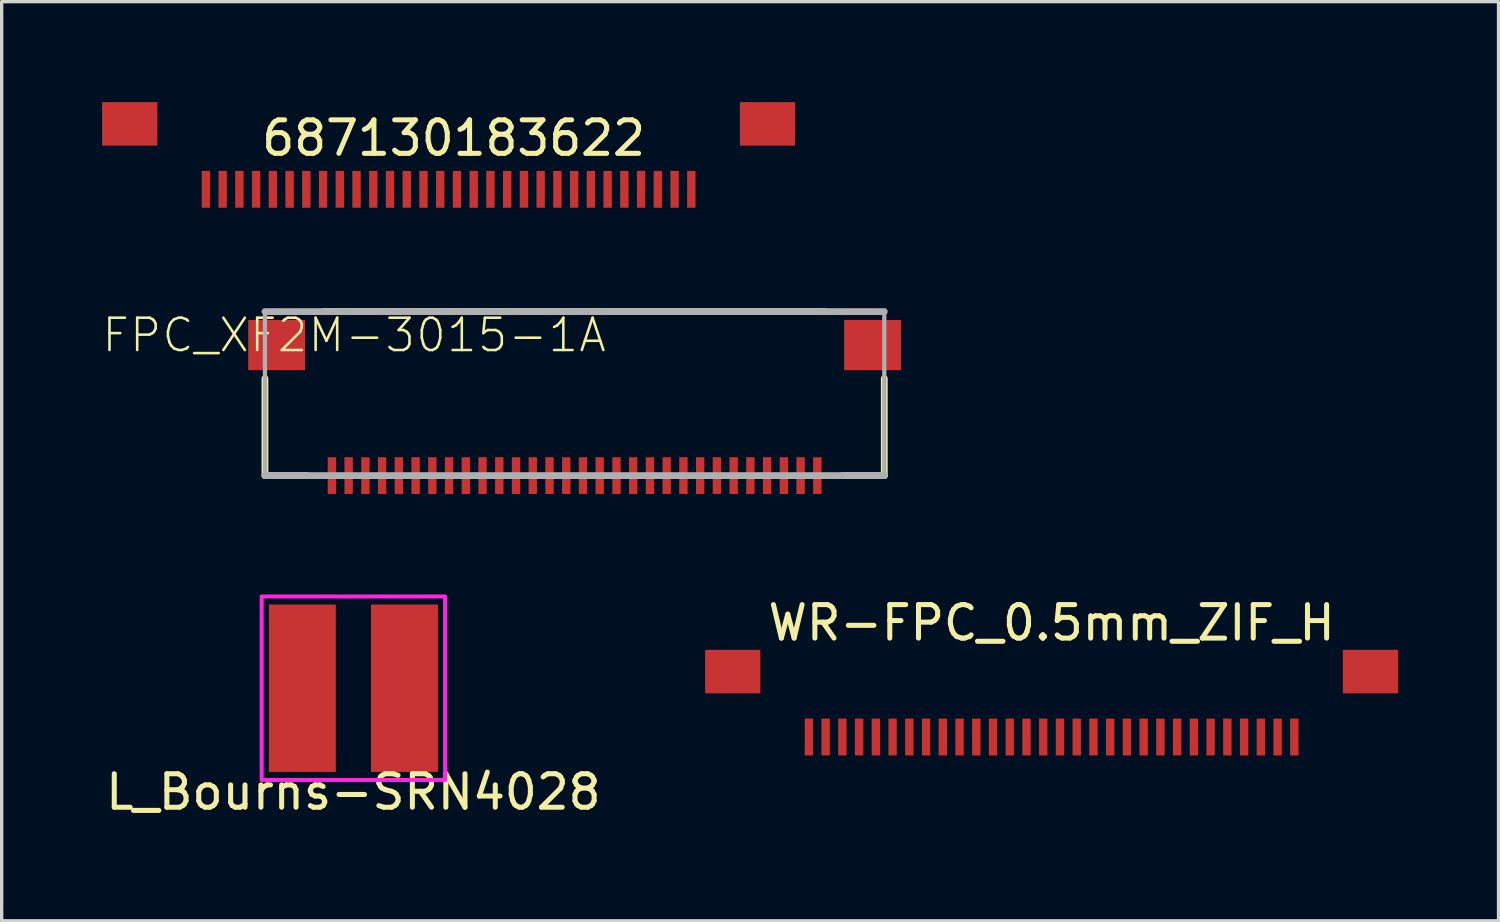
<source format=kicad_pcb>
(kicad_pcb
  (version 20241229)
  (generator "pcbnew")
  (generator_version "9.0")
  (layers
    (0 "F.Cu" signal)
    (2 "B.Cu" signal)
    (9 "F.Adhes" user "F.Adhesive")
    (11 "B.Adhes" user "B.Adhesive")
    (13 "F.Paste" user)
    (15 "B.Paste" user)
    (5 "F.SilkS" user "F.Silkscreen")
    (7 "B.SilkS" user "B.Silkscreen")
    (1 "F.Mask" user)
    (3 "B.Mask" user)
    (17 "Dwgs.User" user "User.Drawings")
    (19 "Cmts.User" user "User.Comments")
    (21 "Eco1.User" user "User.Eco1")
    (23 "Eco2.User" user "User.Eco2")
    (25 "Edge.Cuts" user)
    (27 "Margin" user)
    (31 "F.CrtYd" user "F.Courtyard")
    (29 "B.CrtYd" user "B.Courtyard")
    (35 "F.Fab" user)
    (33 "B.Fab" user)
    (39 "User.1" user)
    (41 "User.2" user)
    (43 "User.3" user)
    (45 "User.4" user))
  (footprint "WR-FPC_0.5mm_ZIF_H"
    (layer "F.Cu")
    (at 28.362 18.035)
    (property "Reference" "WR-FPC_0.5mm_ZIF_H" (at 0 -2.48 0) (layer "F.SilkS") (effects (font (size 1 1) (thickness 0.15))))
    (attr through_hole)
    (pad "" smd rect (at -9.525 -1.025 180) (size 1.65 1.3) (layers "F.Cu" "F.Mask" "F.Paste"))
    (pad "" smd rect (at 9.525 -1.025 180) (size 1.65 1.3) (layers "F.Cu" "F.Mask" "F.Paste"))
    (pad "1" smd rect (at -7.25 0.93 180) (size 0.25 1.1) (layers "F.Cu" "F.Mask" "F.Paste"))
    (pad "2" smd rect (at -6.75 0.93 180) (size 0.25 1.1) (layers "F.Cu" "F.Mask" "F.Paste"))
    (pad "3" smd rect (at -6.25 0.93 180) (size 0.25 1.1) (layers "F.Cu" "F.Mask" "F.Paste"))
    (pad "4" smd rect (at -5.75 0.93 180) (size 0.25 1.1) (layers "F.Cu" "F.Mask" "F.Paste"))
    (pad "5" smd rect (at -5.25 0.93 180) (size 0.25 1.1) (layers "F.Cu" "F.Mask" "F.Paste"))
    (pad "6" smd rect (at -4.75 0.93 180) (size 0.25 1.1) (layers "F.Cu" "F.Mask" "F.Paste"))
    (pad "7" smd rect (at -4.25 0.93 180) (size 0.25 1.1) (layers "F.Cu" "F.Mask" "F.Paste"))
    (pad "8" smd rect (at -3.75 0.93 180) (size 0.25 1.1) (layers "F.Cu" "F.Mask" "F.Paste"))
    (pad "9" smd rect (at -3.25 0.93 180) (size 0.25 1.1) (layers "F.Cu" "F.Mask" "F.Paste"))
    (pad "10" smd rect (at -2.75 0.93 180) (size 0.25 1.1) (layers "F.Cu" "F.Mask" "F.Paste"))
    (pad "11" smd rect (at -2.25 0.93 180) (size 0.25 1.1) (layers "F.Cu" "F.Mask" "F.Paste"))
    (pad "12" smd rect (at -1.75 0.93 180) (size 0.25 1.1) (layers "F.Cu" "F.Mask" "F.Paste"))
    (pad "13" smd rect (at -1.25 0.93 180) (size 0.25 1.1) (layers "F.Cu" "F.Mask" "F.Paste"))
    (pad "14" smd rect (at -0.75 0.93 180) (size 0.25 1.1) (layers "F.Cu" "F.Mask" "F.Paste"))
    (pad "15" smd rect (at -0.25 0.93 180) (size 0.25 1.1) (layers "F.Cu" "F.Mask" "F.Paste"))
    (pad "16" smd rect (at 0.25 0.93 180) (size 0.25 1.1) (layers "F.Cu" "F.Mask" "F.Paste"))
    (pad "17" smd rect (at 0.75 0.93 180) (size 0.25 1.1) (layers "F.Cu" "F.Mask" "F.Paste"))
    (pad "18" smd rect (at 1.25 0.93 180) (size 0.25 1.1) (layers "F.Cu" "F.Mask" "F.Paste"))
    (pad "19" smd rect (at 1.75 0.93 180) (size 0.25 1.1) (layers "F.Cu" "F.Mask" "F.Paste"))
    (pad "20" smd rect (at 2.25 0.93 180) (size 0.25 1.1) (layers "F.Cu" "F.Mask" "F.Paste"))
    (pad "21" smd rect (at 2.75 0.93 180) (size 0.25 1.1) (layers "F.Cu" "F.Mask" "F.Paste"))
    (pad "22" smd rect (at 3.25 0.93 180) (size 0.25 1.1) (layers "F.Cu" "F.Mask" "F.Paste"))
    (pad "23" smd rect (at 3.75 0.93 180) (size 0.25 1.1) (layers "F.Cu" "F.Mask" "F.Paste"))
    (pad "24" smd rect (at 4.25 0.93 180) (size 0.25 1.1) (layers "F.Cu" "F.Mask" "F.Paste"))
    (pad "25" smd rect (at 4.75 0.93 180) (size 0.25 1.1) (layers "F.Cu" "F.Mask" "F.Paste"))
    (pad "26" smd rect (at 5.25 0.93 180) (size 0.25 1.1) (layers "F.Cu" "F.Mask" "F.Paste"))
    (pad "27" smd rect (at 5.75 0.93 180) (size 0.25 1.1) (layers "F.Cu" "F.Mask" "F.Paste"))
    (pad "28" smd rect (at 6.25 0.93 180) (size 0.25 1.1) (layers "F.Cu" "F.Mask" "F.Paste"))
    (pad "29" smd rect (at 6.75 0.93 180) (size 0.25 1.1) (layers "F.Cu" "F.Mask" "F.Paste"))
    (pad "30" smd rect (at 7.25 0.93 180) (size 0.25 1.1) (layers "F.Cu" "F.Mask" "F.Paste")))
  (footprint "FPC_XF2M-3015-1A"
    (layer "F.Cu")
    (at 14.114 8.527)
    (property "Reference" "FPC_XF2M-3015-1A" (at 1 -1 0) (layer "F.SilkS") (effects (font (size 0.965 0.965) (thickness 0.077)) (justify right bottom)))
    (attr smd)
    (fp_line (start -9.25 -0.27) (end -9.25 2.63) (stroke (width 0.203) (type solid)) (layer "F.SilkS"))
    (fp_line (start -8 2.63) (end -9.25 2.63) (stroke (width 0.203) (type solid)) (layer "F.SilkS"))
    (fp_line (start 7.5 -2.27) (end -7.5 -2.27) (stroke (width 0.203) (type solid)) (layer "F.SilkS"))
    (fp_line (start 8 2.63) (end 9.25 2.63) (stroke (width 0.203) (type solid)) (layer "F.SilkS"))
    (fp_line (start 9.25 -0.27) (end 9.25 2.63) (stroke (width 0.203) (type solid)) (layer "F.SilkS"))
    (fp_line (start -9.25 -2.27) (end -9.25 2.63) (stroke (width 0.127) (type solid)) (layer "F.Fab"))
    (fp_line (start 9.25 -2.27) (end -9.25 -2.27) (stroke (width 0.203) (type solid)) (layer "F.Fab"))
    (fp_line (start 9.25 -2.27) (end 9.25 2.63) (stroke (width 0.127) (type solid)) (layer "F.Fab"))
    (fp_line (start 9.25 2.63) (end -9.25 2.63) (stroke (width 0.203) (type solid)) (layer "F.Fab"))
    (pad "1" smd rect (at 7.25 2.63 180) (size 0.25 1.1) (layers "F.Cu" "F.Mask" "F.Paste"))
    (pad "2" smd rect (at 6.75 2.63 180) (size 0.25 1.1) (layers "F.Cu" "F.Mask" "F.Paste"))
    (pad "3" smd rect (at 6.25 2.63 180) (size 0.25 1.1) (layers "F.Cu" "F.Mask" "F.Paste"))
    (pad "4" smd rect (at 5.75 2.63 180) (size 0.25 1.1) (layers "F.Cu" "F.Mask" "F.Paste"))
    (pad "5" smd rect (at 5.25 2.63 180) (size 0.25 1.1) (layers "F.Cu" "F.Mask" "F.Paste"))
    (pad "6" smd rect (at 4.75 2.63 180) (size 0.25 1.1) (layers "F.Cu" "F.Mask" "F.Paste"))
    (pad "7" smd rect (at 4.25 2.63 180) (size 0.25 1.1) (layers "F.Cu" "F.Mask" "F.Paste"))
    (pad "8" smd rect (at 3.75 2.63 180) (size 0.25 1.1) (layers "F.Cu" "F.Mask" "F.Paste"))
    (pad "9" smd rect (at 3.25 2.63 180) (size 0.25 1.1) (layers "F.Cu" "F.Mask" "F.Paste"))
    (pad "10" smd rect (at 2.75 2.63 180) (size 0.25 1.1) (layers "F.Cu" "F.Mask" "F.Paste"))
    (pad "11" smd rect (at 2.25 2.63 180) (size 0.25 1.1) (layers "F.Cu" "F.Mask" "F.Paste"))
    (pad "12" smd rect (at 1.75 2.63 180) (size 0.25 1.1) (layers "F.Cu" "F.Mask" "F.Paste"))
    (pad "13" smd rect (at 1.25 2.63 180) (size 0.25 1.1) (layers "F.Cu" "F.Mask" "F.Paste"))
    (pad "14" smd rect (at 0.75 2.63 180) (size 0.25 1.1) (layers "F.Cu" "F.Mask" "F.Paste"))
    (pad "15" smd rect (at 0.25 2.63 180) (size 0.25 1.1) (layers "F.Cu" "F.Mask" "F.Paste"))
    (pad "16" smd rect (at -0.25 2.63 180) (size 0.25 1.1) (layers "F.Cu" "F.Mask" "F.Paste"))
    (pad "17" smd rect (at -0.75 2.63 180) (size 0.25 1.1) (layers "F.Cu" "F.Mask" "F.Paste"))
    (pad "18" smd rect (at -1.25 2.63 180) (size 0.25 1.1) (layers "F.Cu" "F.Mask" "F.Paste"))
    (pad "19" smd rect (at -1.75 2.63 180) (size 0.25 1.1) (layers "F.Cu" "F.Mask" "F.Paste"))
    (pad "20" smd rect (at -2.25 2.63 180) (size 0.25 1.1) (layers "F.Cu" "F.Mask" "F.Paste"))
    (pad "21" smd rect (at -2.75 2.63 180) (size 0.25 1.1) (layers "F.Cu" "F.Mask" "F.Paste"))
    (pad "22" smd rect (at -3.25 2.63 180) (size 0.25 1.1) (layers "F.Cu" "F.Mask" "F.Paste"))
    (pad "23" smd rect (at -3.75 2.63 180) (size 0.25 1.1) (layers "F.Cu" "F.Mask" "F.Paste"))
    (pad "24" smd rect (at -4.25 2.63 180) (size 0.25 1.1) (layers "F.Cu" "F.Mask" "F.Paste"))
    (pad "25" smd rect (at -4.75 2.63 180) (size 0.25 1.1) (layers "F.Cu" "F.Mask" "F.Paste"))
    (pad "26" smd rect (at -5.25 2.63 180) (size 0.25 1.1) (layers "F.Cu" "F.Mask" "F.Paste"))
    (pad "27" smd rect (at -5.75 2.63 180) (size 0.25 1.1) (layers "F.Cu" "F.Mask" "F.Paste"))
    (pad "28" smd rect (at -6.25 2.63 180) (size 0.25 1.1) (layers "F.Cu" "F.Mask" "F.Paste"))
    (pad "29" smd rect (at -6.75 2.63 180) (size 0.25 1.1) (layers "F.Cu" "F.Mask" "F.Paste"))
    (pad "30" smd rect (at -7.25 2.63 180) (size 0.25 1.1) (layers "F.Cu" "F.Mask" "F.Paste"))
    (pad "SUPPORT1" smd rect (at 8.9 -1.27 180) (size 1.7 1.5) (layers "F.Cu" "F.Mask" "F.Paste"))
    (pad "SUPPORT2" smd rect (at -8.9 -1.27 180) (size 1.7 1.5) (layers "F.Cu" "F.Mask" "F.Paste")))
  (footprint "L_Bourns-SRN4028"
    (layer "F.Cu")
    (at 7.506 17.507)
    (property "Reference" "L_Bourns-SRN4028" (at 0 3.1 0) (layer "F.SilkS") (effects (font (size 1 1) (thickness 0.15))))
    (attr smd)
    (fp_rect (start -2.74 -2.74) (end 2.74 2.74) (stroke (width 0.12) (type solid)) (fill no) (layer "F.CrtYd"))
    (pad "1" smd rect (at -1.525 0) (size 2 5) (layers "F.Cu" "F.Mask" "F.Paste"))
    (pad "2" smd rect (at 1.525 0) (size 2 5) (layers "F.Cu" "F.Mask" "F.Paste")))
  (footprint "687130183622"
    (layer "F.Cu")
    (at 10.35 1.675)
    (property "Reference" "687130183622" (at 0.15 -0.6 0) (layer "F.SilkS") (effects (font (size 1 1) (thickness 0.15))))
    (attr through_hole)
    (pad "" smd rect (at -9.525 -1.025 180) (size 1.65 1.3) (layers "F.Cu" "F.Mask" "F.Paste"))
    (pad "" smd rect (at 9.525 -1.025 180) (size 1.65 1.3) (layers "F.Cu" "F.Mask" "F.Paste"))
    (pad "1" smd rect (at 7.25 0.93 180) (size 0.25 1.1) (layers "F.Cu" "F.Mask" "F.Paste"))
    (pad "2" smd rect (at 6.75 0.93 180) (size 0.25 1.1) (layers "F.Cu" "F.Mask" "F.Paste"))
    (pad "3" smd rect (at 6.25 0.93 180) (size 0.25 1.1) (layers "F.Cu" "F.Mask" "F.Paste"))
    (pad "4" smd rect (at 5.75 0.93 180) (size 0.25 1.1) (layers "F.Cu" "F.Mask" "F.Paste"))
    (pad "5" smd rect (at 5.25 0.93 180) (size 0.25 1.1) (layers "F.Cu" "F.Mask" "F.Paste"))
    (pad "6" smd rect (at 4.75 0.93 180) (size 0.25 1.1) (layers "F.Cu" "F.Mask" "F.Paste"))
    (pad "7" smd rect (at 4.25 0.93 180) (size 0.25 1.1) (layers "F.Cu" "F.Mask" "F.Paste"))
    (pad "8" smd rect (at 3.75 0.93 180) (size 0.25 1.1) (layers "F.Cu" "F.Mask" "F.Paste"))
    (pad "9" smd rect (at 3.25 0.93 180) (size 0.25 1.1) (layers "F.Cu" "F.Mask" "F.Paste"))
    (pad "10" smd rect (at 2.75 0.93 180) (size 0.25 1.1) (layers "F.Cu" "F.Mask" "F.Paste"))
    (pad "11" smd rect (at 2.25 0.93 180) (size 0.25 1.1) (layers "F.Cu" "F.Mask" "F.Paste"))
    (pad "12" smd rect (at 1.75 0.93 180) (size 0.25 1.1) (layers "F.Cu" "F.Mask" "F.Paste"))
    (pad "13" smd rect (at 1.25 0.93 180) (size 0.25 1.1) (layers "F.Cu" "F.Mask" "F.Paste"))
    (pad "14" smd rect (at 0.75 0.93 180) (size 0.25 1.1) (layers "F.Cu" "F.Mask" "F.Paste"))
    (pad "15" smd rect (at 0.25 0.93 180) (size 0.25 1.1) (layers "F.Cu" "F.Mask" "F.Paste"))
    (pad "16" smd rect (at -0.25 0.93 180) (size 0.25 1.1) (layers "F.Cu" "F.Mask" "F.Paste"))
    (pad "17" smd rect (at -0.75 0.93 180) (size 0.25 1.1) (layers "F.Cu" "F.Mask" "F.Paste"))
    (pad "18" smd rect (at -1.25 0.93 180) (size 0.25 1.1) (layers "F.Cu" "F.Mask" "F.Paste"))
    (pad "19" smd rect (at -1.75 0.93 180) (size 0.25 1.1) (layers "F.Cu" "F.Mask" "F.Paste"))
    (pad "20" smd rect (at -2.25 0.93 180) (size 0.25 1.1) (layers "F.Cu" "F.Mask" "F.Paste"))
    (pad "21" smd rect (at -2.75 0.93 180) (size 0.25 1.1) (layers "F.Cu" "F.Mask" "F.Paste"))
    (pad "22" smd rect (at -3.25 0.93 180) (size 0.25 1.1) (layers "F.Cu" "F.Mask" "F.Paste"))
    (pad "23" smd rect (at -3.75 0.93 180) (size 0.25 1.1) (layers "F.Cu" "F.Mask" "F.Paste"))
    (pad "24" smd rect (at -4.25 0.93 180) (size 0.25 1.1) (layers "F.Cu" "F.Mask" "F.Paste"))
    (pad "25" smd rect (at -4.75 0.93 180) (size 0.25 1.1) (layers "F.Cu" "F.Mask" "F.Paste"))
    (pad "26" smd rect (at -5.25 0.93 180) (size 0.25 1.1) (layers "F.Cu" "F.Mask" "F.Paste"))
    (pad "27" smd rect (at -5.75 0.93 180) (size 0.25 1.1) (layers "F.Cu" "F.Mask" "F.Paste"))
    (pad "28" smd rect (at -6.25 0.93 180) (size 0.25 1.1) (layers "F.Cu" "F.Mask" "F.Paste"))
    (pad "29" smd rect (at -6.75 0.93 180) (size 0.25 1.1) (layers "F.Cu" "F.Mask" "F.Paste"))
    (pad "30" smd rect (at -7.25 0.93 180) (size 0.25 1.1) (layers "F.Cu" "F.Mask" "F.Paste")))
  (gr_rect
    (start -3 -3)
    (end 41.712 24.455)
    (stroke (width 0.1) (type default))
    (fill no)
    (layer "Edge.Cuts")))
</source>
